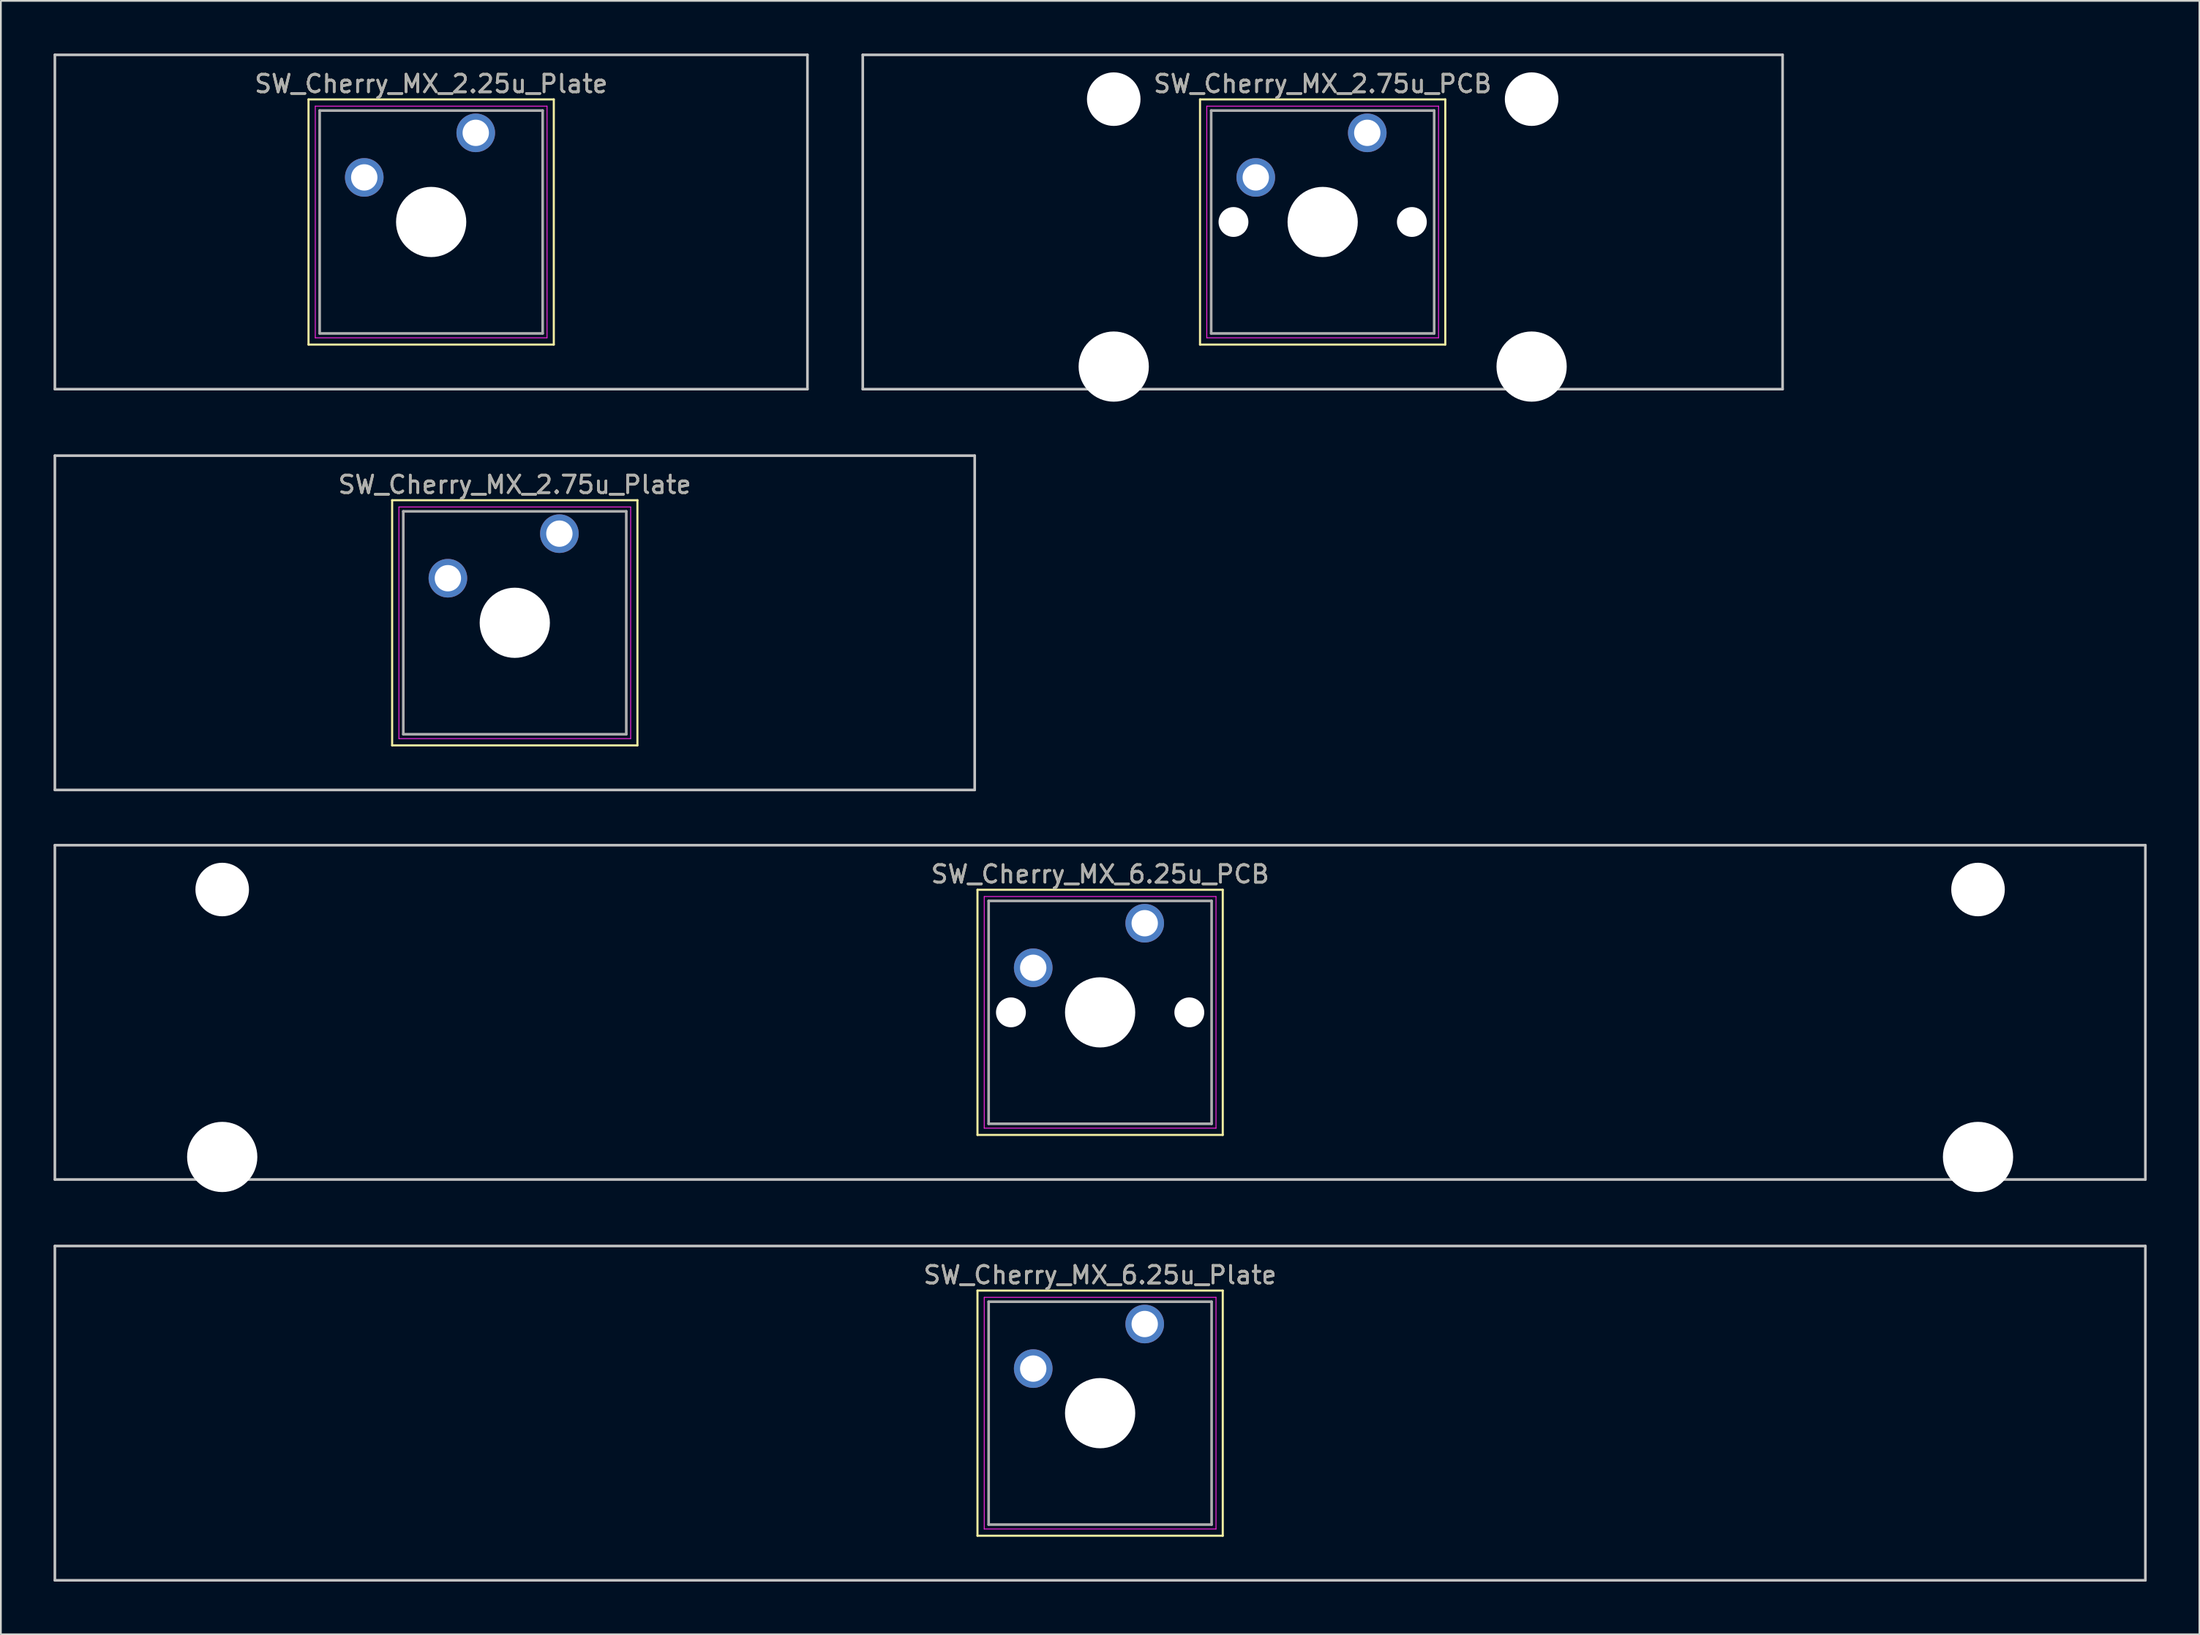
<source format=kicad_pcb>
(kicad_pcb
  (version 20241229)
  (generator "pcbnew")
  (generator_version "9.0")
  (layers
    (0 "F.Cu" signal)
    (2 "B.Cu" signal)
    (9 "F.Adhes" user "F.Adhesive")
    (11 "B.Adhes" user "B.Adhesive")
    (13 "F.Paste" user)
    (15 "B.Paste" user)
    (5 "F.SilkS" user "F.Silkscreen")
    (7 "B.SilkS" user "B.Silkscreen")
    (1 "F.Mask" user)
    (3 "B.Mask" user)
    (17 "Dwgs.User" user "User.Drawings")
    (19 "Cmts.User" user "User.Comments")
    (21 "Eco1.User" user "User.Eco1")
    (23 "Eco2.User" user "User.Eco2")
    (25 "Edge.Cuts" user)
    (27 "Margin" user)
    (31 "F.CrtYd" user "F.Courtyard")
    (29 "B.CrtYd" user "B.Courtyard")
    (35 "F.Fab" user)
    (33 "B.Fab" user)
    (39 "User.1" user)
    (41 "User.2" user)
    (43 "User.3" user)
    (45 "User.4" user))
  (footprint "SW_Cherry_MX_6.25u_PCB"
    (layer "F.Cu")
    (at 62.146 49.56)
    (property "Reference" "SW_Cherry_MX_6.25u_PCB" (at -2.54 -2.794 0) (layer "F.SilkS") (effects (font (size 1 1) (thickness 0.15))))
    (attr through_hole)
    (fp_line (start -9.525 -1.905) (end 4.445 -1.905) (stroke (width 0.12) (type solid)) (layer "F.SilkS"))
    (fp_line (start -9.525 12.065) (end -9.525 -1.905) (stroke (width 0.12) (type solid)) (layer "F.SilkS"))
    (fp_line (start 4.445 -1.905) (end 4.445 12.065) (stroke (width 0.12) (type solid)) (layer "F.SilkS"))
    (fp_line (start 4.445 12.065) (end -9.525 12.065) (stroke (width 0.12) (type solid)) (layer "F.SilkS"))
    (fp_line (start -62.071 -4.445) (end 56.991 -4.445) (stroke (width 0.15) (type solid)) (layer "Dwgs.User"))
    (fp_line (start -62.071 14.605) (end -62.071 -4.445) (stroke (width 0.15) (type solid)) (layer "Dwgs.User"))
    (fp_line (start 56.991 -4.445) (end 56.991 14.605) (stroke (width 0.15) (type solid)) (layer "Dwgs.User"))
    (fp_line (start 56.991 14.605) (end -62.071 14.605) (stroke (width 0.15) (type solid)) (layer "Dwgs.User"))
    (fp_line (start -9.14 -1.52) (end 4.06 -1.52) (stroke (width 0.05) (type solid)) (layer "F.CrtYd"))
    (fp_line (start -9.14 11.68) (end -9.14 -1.52) (stroke (width 0.05) (type solid)) (layer "F.CrtYd"))
    (fp_line (start 4.06 -1.52) (end 4.06 11.68) (stroke (width 0.05) (type solid)) (layer "F.CrtYd"))
    (fp_line (start 4.06 11.68) (end -9.14 11.68) (stroke (width 0.05) (type solid)) (layer "F.CrtYd"))
    (fp_line (start -8.89 -1.27) (end 3.81 -1.27) (stroke (width 0.15) (type solid)) (layer "F.Fab"))
    (fp_line (start -8.89 11.43) (end -8.89 -1.27) (stroke (width 0.15) (type solid)) (layer "F.Fab"))
    (fp_line (start 3.81 -1.27) (end 3.81 11.43) (stroke (width 0.15) (type solid)) (layer "F.Fab"))
    (fp_line (start 3.81 11.43) (end -8.89 11.43) (stroke (width 0.15) (type solid)) (layer "F.Fab"))
    (fp_text user "${REFERENCE}" (at -2.54 -2.794 0) (layer "F.Fab") (effects (font (size 1 1) (thickness 0.15))))
    (pad "" np_thru_hole circle (at -52.54 -1.92) (size 3.05 3.05) (drill 3.05) (layers "*.Cu" "*.Mask"))
    (pad "" np_thru_hole circle (at -52.54 13.32) (size 4 4) (drill 4) (layers "*.Cu" "*.Mask"))
    (pad "" np_thru_hole circle (at -7.62 5.08) (size 1.7 1.7) (drill 1.7) (layers "*.Cu" "*.Mask"))
    (pad "" np_thru_hole circle (at -2.54 5.08) (size 4 4) (drill 4) (layers "*.Cu" "*.Mask"))
    (pad "" np_thru_hole circle (at 2.54 5.08) (size 1.7 1.7) (drill 1.7) (layers "*.Cu" "*.Mask"))
    (pad "" np_thru_hole circle (at 47.46 -1.92) (size 3.05 3.05) (drill 3.05) (layers "*.Cu" "*.Mask"))
    (pad "" np_thru_hole circle (at 47.46 13.32) (size 4 4) (drill 4) (layers "*.Cu" "*.Mask"))
    (pad "1" thru_hole circle (at 0 0) (size 2.2 2.2) (drill 1.5) (layers "*.Cu" "*.Mask"))
    (pad "2" thru_hole circle (at -6.35 2.54) (size 2.2 2.2) (drill 1.5) (layers "*.Cu" "*.Mask")))
  (footprint "SW_Cherry_MX_6.25u_Plate"
    (layer "F.Cu")
    (at 62.146 72.4)
    (property "Reference" "SW_Cherry_MX_6.25u_Plate" (at -2.54 -2.794 0) (layer "F.SilkS") (effects (font (size 1 1) (thickness 0.15))))
    (attr through_hole)
    (fp_line (start -9.525 -1.905) (end 4.445 -1.905) (stroke (width 0.12) (type solid)) (layer "F.SilkS"))
    (fp_line (start -9.525 12.065) (end -9.525 -1.905) (stroke (width 0.12) (type solid)) (layer "F.SilkS"))
    (fp_line (start 4.445 -1.905) (end 4.445 12.065) (stroke (width 0.12) (type solid)) (layer "F.SilkS"))
    (fp_line (start 4.445 12.065) (end -9.525 12.065) (stroke (width 0.12) (type solid)) (layer "F.SilkS"))
    (fp_line (start -62.071 -4.445) (end 56.991 -4.445) (stroke (width 0.15) (type solid)) (layer "Dwgs.User"))
    (fp_line (start -62.071 14.605) (end -62.071 -4.445) (stroke (width 0.15) (type solid)) (layer "Dwgs.User"))
    (fp_line (start 56.991 -4.445) (end 56.991 14.605) (stroke (width 0.15) (type solid)) (layer "Dwgs.User"))
    (fp_line (start 56.991 14.605) (end -62.071 14.605) (stroke (width 0.15) (type solid)) (layer "Dwgs.User"))
    (fp_line (start -9.14 -1.52) (end 4.06 -1.52) (stroke (width 0.05) (type solid)) (layer "F.CrtYd"))
    (fp_line (start -9.14 11.68) (end -9.14 -1.52) (stroke (width 0.05) (type solid)) (layer "F.CrtYd"))
    (fp_line (start 4.06 -1.52) (end 4.06 11.68) (stroke (width 0.05) (type solid)) (layer "F.CrtYd"))
    (fp_line (start 4.06 11.68) (end -9.14 11.68) (stroke (width 0.05) (type solid)) (layer "F.CrtYd"))
    (fp_line (start -8.89 -1.27) (end 3.81 -1.27) (stroke (width 0.15) (type solid)) (layer "F.Fab"))
    (fp_line (start -8.89 11.43) (end -8.89 -1.27) (stroke (width 0.15) (type solid)) (layer "F.Fab"))
    (fp_line (start 3.81 -1.27) (end 3.81 11.43) (stroke (width 0.15) (type solid)) (layer "F.Fab"))
    (fp_line (start 3.81 11.43) (end -8.89 11.43) (stroke (width 0.15) (type solid)) (layer "F.Fab"))
    (fp_text user "${REFERENCE}" (at -2.54 -2.794 0) (layer "F.Fab") (effects (font (size 1 1) (thickness 0.15))))
    (pad "" np_thru_hole circle (at -2.54 5.08) (size 4 4) (drill 4) (layers "*.Cu" "*.Mask"))
    (pad "1" thru_hole circle (at 0 0) (size 2.2 2.2) (drill 1.5) (layers "*.Cu" "*.Mask"))
    (pad "2" thru_hole circle (at -6.35 2.54) (size 2.2 2.2) (drill 1.5) (layers "*.Cu" "*.Mask")))
  (footprint "SW_Cherry_MX_2.75u_Plate"
    (layer "F.Cu")
    (at 28.809 27.36)
    (property "Reference" "SW_Cherry_MX_2.75u_Plate" (at -2.54 -2.794 0) (layer "F.SilkS") (effects (font (size 1 1) (thickness 0.15))))
    (attr through_hole)
    (fp_line (start -9.525 -1.905) (end 4.445 -1.905) (stroke (width 0.12) (type solid)) (layer "F.SilkS"))
    (fp_line (start -9.525 12.065) (end -9.525 -1.905) (stroke (width 0.12) (type solid)) (layer "F.SilkS"))
    (fp_line (start 4.445 -1.905) (end 4.445 12.065) (stroke (width 0.12) (type solid)) (layer "F.SilkS"))
    (fp_line (start 4.445 12.065) (end -9.525 12.065) (stroke (width 0.12) (type solid)) (layer "F.SilkS"))
    (fp_line (start -28.734 -4.445) (end 23.654 -4.445) (stroke (width 0.15) (type solid)) (layer "Dwgs.User"))
    (fp_line (start -28.734 14.605) (end -28.734 -4.445) (stroke (width 0.15) (type solid)) (layer "Dwgs.User"))
    (fp_line (start 23.654 -4.445) (end 23.654 14.605) (stroke (width 0.15) (type solid)) (layer "Dwgs.User"))
    (fp_line (start 23.654 14.605) (end -28.734 14.605) (stroke (width 0.15) (type solid)) (layer "Dwgs.User"))
    (fp_line (start -9.14 -1.52) (end 4.06 -1.52) (stroke (width 0.05) (type solid)) (layer "F.CrtYd"))
    (fp_line (start -9.14 11.68) (end -9.14 -1.52) (stroke (width 0.05) (type solid)) (layer "F.CrtYd"))
    (fp_line (start 4.06 -1.52) (end 4.06 11.68) (stroke (width 0.05) (type solid)) (layer "F.CrtYd"))
    (fp_line (start 4.06 11.68) (end -9.14 11.68) (stroke (width 0.05) (type solid)) (layer "F.CrtYd"))
    (fp_line (start -8.89 -1.27) (end 3.81 -1.27) (stroke (width 0.15) (type solid)) (layer "F.Fab"))
    (fp_line (start -8.89 11.43) (end -8.89 -1.27) (stroke (width 0.15) (type solid)) (layer "F.Fab"))
    (fp_line (start 3.81 -1.27) (end 3.81 11.43) (stroke (width 0.15) (type solid)) (layer "F.Fab"))
    (fp_line (start 3.81 11.43) (end -8.89 11.43) (stroke (width 0.15) (type solid)) (layer "F.Fab"))
    (fp_text user "${REFERENCE}" (at -2.54 -2.794 0) (layer "F.Fab") (effects (font (size 1 1) (thickness 0.15))))
    (pad "" np_thru_hole circle (at -2.54 5.08) (size 4 4) (drill 4) (layers "*.Cu" "*.Mask"))
    (pad "1" thru_hole circle (at 0 0) (size 2.2 2.2) (drill 1.5) (layers "*.Cu" "*.Mask"))
    (pad "2" thru_hole circle (at -6.35 2.54) (size 2.2 2.2) (drill 1.5) (layers "*.Cu" "*.Mask")))
  (footprint "SW_Cherry_MX_2.25u_Plate"
    (layer "F.Cu")
    (at 24.046 4.52)
    (property "Reference" "SW_Cherry_MX_2.25u_Plate" (at -2.54 -2.794 0) (layer "F.SilkS") (effects (font (size 1 1) (thickness 0.15))))
    (attr through_hole)
    (fp_line (start -9.525 -1.905) (end 4.445 -1.905) (stroke (width 0.12) (type solid)) (layer "F.SilkS"))
    (fp_line (start -9.525 12.065) (end -9.525 -1.905) (stroke (width 0.12) (type solid)) (layer "F.SilkS"))
    (fp_line (start 4.445 -1.905) (end 4.445 12.065) (stroke (width 0.12) (type solid)) (layer "F.SilkS"))
    (fp_line (start 4.445 12.065) (end -9.525 12.065) (stroke (width 0.12) (type solid)) (layer "F.SilkS"))
    (fp_line (start -23.971 -4.445) (end 18.891 -4.445) (stroke (width 0.15) (type solid)) (layer "Dwgs.User"))
    (fp_line (start -23.971 14.605) (end -23.971 -4.445) (stroke (width 0.15) (type solid)) (layer "Dwgs.User"))
    (fp_line (start 18.891 -4.445) (end 18.891 14.605) (stroke (width 0.15) (type solid)) (layer "Dwgs.User"))
    (fp_line (start 18.891 14.605) (end -23.971 14.605) (stroke (width 0.15) (type solid)) (layer "Dwgs.User"))
    (fp_line (start -9.14 -1.52) (end 4.06 -1.52) (stroke (width 0.05) (type solid)) (layer "F.CrtYd"))
    (fp_line (start -9.14 11.68) (end -9.14 -1.52) (stroke (width 0.05) (type solid)) (layer "F.CrtYd"))
    (fp_line (start 4.06 -1.52) (end 4.06 11.68) (stroke (width 0.05) (type solid)) (layer "F.CrtYd"))
    (fp_line (start 4.06 11.68) (end -9.14 11.68) (stroke (width 0.05) (type solid)) (layer "F.CrtYd"))
    (fp_line (start -8.89 -1.27) (end 3.81 -1.27) (stroke (width 0.15) (type solid)) (layer "F.Fab"))
    (fp_line (start -8.89 11.43) (end -8.89 -1.27) (stroke (width 0.15) (type solid)) (layer "F.Fab"))
    (fp_line (start 3.81 -1.27) (end 3.81 11.43) (stroke (width 0.15) (type solid)) (layer "F.Fab"))
    (fp_line (start 3.81 11.43) (end -8.89 11.43) (stroke (width 0.15) (type solid)) (layer "F.Fab"))
    (fp_text user "${REFERENCE}" (at -2.54 -2.794 0) (layer "F.Fab") (effects (font (size 1 1) (thickness 0.15))))
    (pad "" np_thru_hole circle (at -2.54 5.08) (size 4 4) (drill 4) (layers "*.Cu" "*.Mask"))
    (pad "1" thru_hole circle (at 0 0) (size 2.2 2.2) (drill 1.5) (layers "*.Cu" "*.Mask"))
    (pad "2" thru_hole circle (at -6.35 2.54) (size 2.2 2.2) (drill 1.5) (layers "*.Cu" "*.Mask")))
  (footprint "SW_Cherry_MX_2.75u_PCB"
    (layer "F.Cu")
    (at 74.821 4.52)
    (property "Reference" "SW_Cherry_MX_2.75u_PCB" (at -2.54 -2.794 0) (layer "F.SilkS") (effects (font (size 1 1) (thickness 0.15))))
    (attr through_hole)
    (fp_line (start -9.525 -1.905) (end 4.445 -1.905) (stroke (width 0.12) (type solid)) (layer "F.SilkS"))
    (fp_line (start -9.525 12.065) (end -9.525 -1.905) (stroke (width 0.12) (type solid)) (layer "F.SilkS"))
    (fp_line (start 4.445 -1.905) (end 4.445 12.065) (stroke (width 0.12) (type solid)) (layer "F.SilkS"))
    (fp_line (start 4.445 12.065) (end -9.525 12.065) (stroke (width 0.12) (type solid)) (layer "F.SilkS"))
    (fp_line (start -28.734 -4.445) (end 23.654 -4.445) (stroke (width 0.15) (type solid)) (layer "Dwgs.User"))
    (fp_line (start -28.734 14.605) (end -28.734 -4.445) (stroke (width 0.15) (type solid)) (layer "Dwgs.User"))
    (fp_line (start 23.654 -4.445) (end 23.654 14.605) (stroke (width 0.15) (type solid)) (layer "Dwgs.User"))
    (fp_line (start 23.654 14.605) (end -28.734 14.605) (stroke (width 0.15) (type solid)) (layer "Dwgs.User"))
    (fp_line (start -9.14 -1.52) (end 4.06 -1.52) (stroke (width 0.05) (type solid)) (layer "F.CrtYd"))
    (fp_line (start -9.14 11.68) (end -9.14 -1.52) (stroke (width 0.05) (type solid)) (layer "F.CrtYd"))
    (fp_line (start 4.06 -1.52) (end 4.06 11.68) (stroke (width 0.05) (type solid)) (layer "F.CrtYd"))
    (fp_line (start 4.06 11.68) (end -9.14 11.68) (stroke (width 0.05) (type solid)) (layer "F.CrtYd"))
    (fp_line (start -8.89 -1.27) (end 3.81 -1.27) (stroke (width 0.15) (type solid)) (layer "F.Fab"))
    (fp_line (start -8.89 11.43) (end -8.89 -1.27) (stroke (width 0.15) (type solid)) (layer "F.Fab"))
    (fp_line (start 3.81 -1.27) (end 3.81 11.43) (stroke (width 0.15) (type solid)) (layer "F.Fab"))
    (fp_line (start 3.81 11.43) (end -8.89 11.43) (stroke (width 0.15) (type solid)) (layer "F.Fab"))
    (fp_text user "${REFERENCE}" (at -2.54 -2.794 0) (layer "F.Fab") (effects (font (size 1 1) (thickness 0.15))))
    (pad "" np_thru_hole circle (at -14.44 -1.92) (size 3.05 3.05) (drill 3.05) (layers "*.Cu" "*.Mask"))
    (pad "" np_thru_hole circle (at -14.44 13.32) (size 4 4) (drill 4) (layers "*.Cu" "*.Mask"))
    (pad "" np_thru_hole circle (at -7.62 5.08) (size 1.7 1.7) (drill 1.7) (layers "*.Cu" "*.Mask"))
    (pad "" np_thru_hole circle (at -2.54 5.08) (size 4 4) (drill 4) (layers "*.Cu" "*.Mask"))
    (pad "" np_thru_hole circle (at 2.54 5.08) (size 1.7 1.7) (drill 1.7) (layers "*.Cu" "*.Mask"))
    (pad "" np_thru_hole circle (at 9.36 -1.92) (size 3.05 3.05) (drill 3.05) (layers "*.Cu" "*.Mask"))
    (pad "" np_thru_hole circle (at 9.36 13.32) (size 4 4) (drill 4) (layers "*.Cu" "*.Mask"))
    (pad "1" thru_hole circle (at 0 0) (size 2.2 2.2) (drill 1.5) (layers "*.Cu" "*.Mask"))
    (pad "2" thru_hole circle (at -6.35 2.54) (size 2.2 2.2) (drill 1.5) (layers "*.Cu" "*.Mask")))
  (gr_rect
    (start -3 -3)
    (end 122.213 90.08)
    (stroke (width 0.1) (type default))
    (fill no)
    (layer "Edge.Cuts")))
</source>
